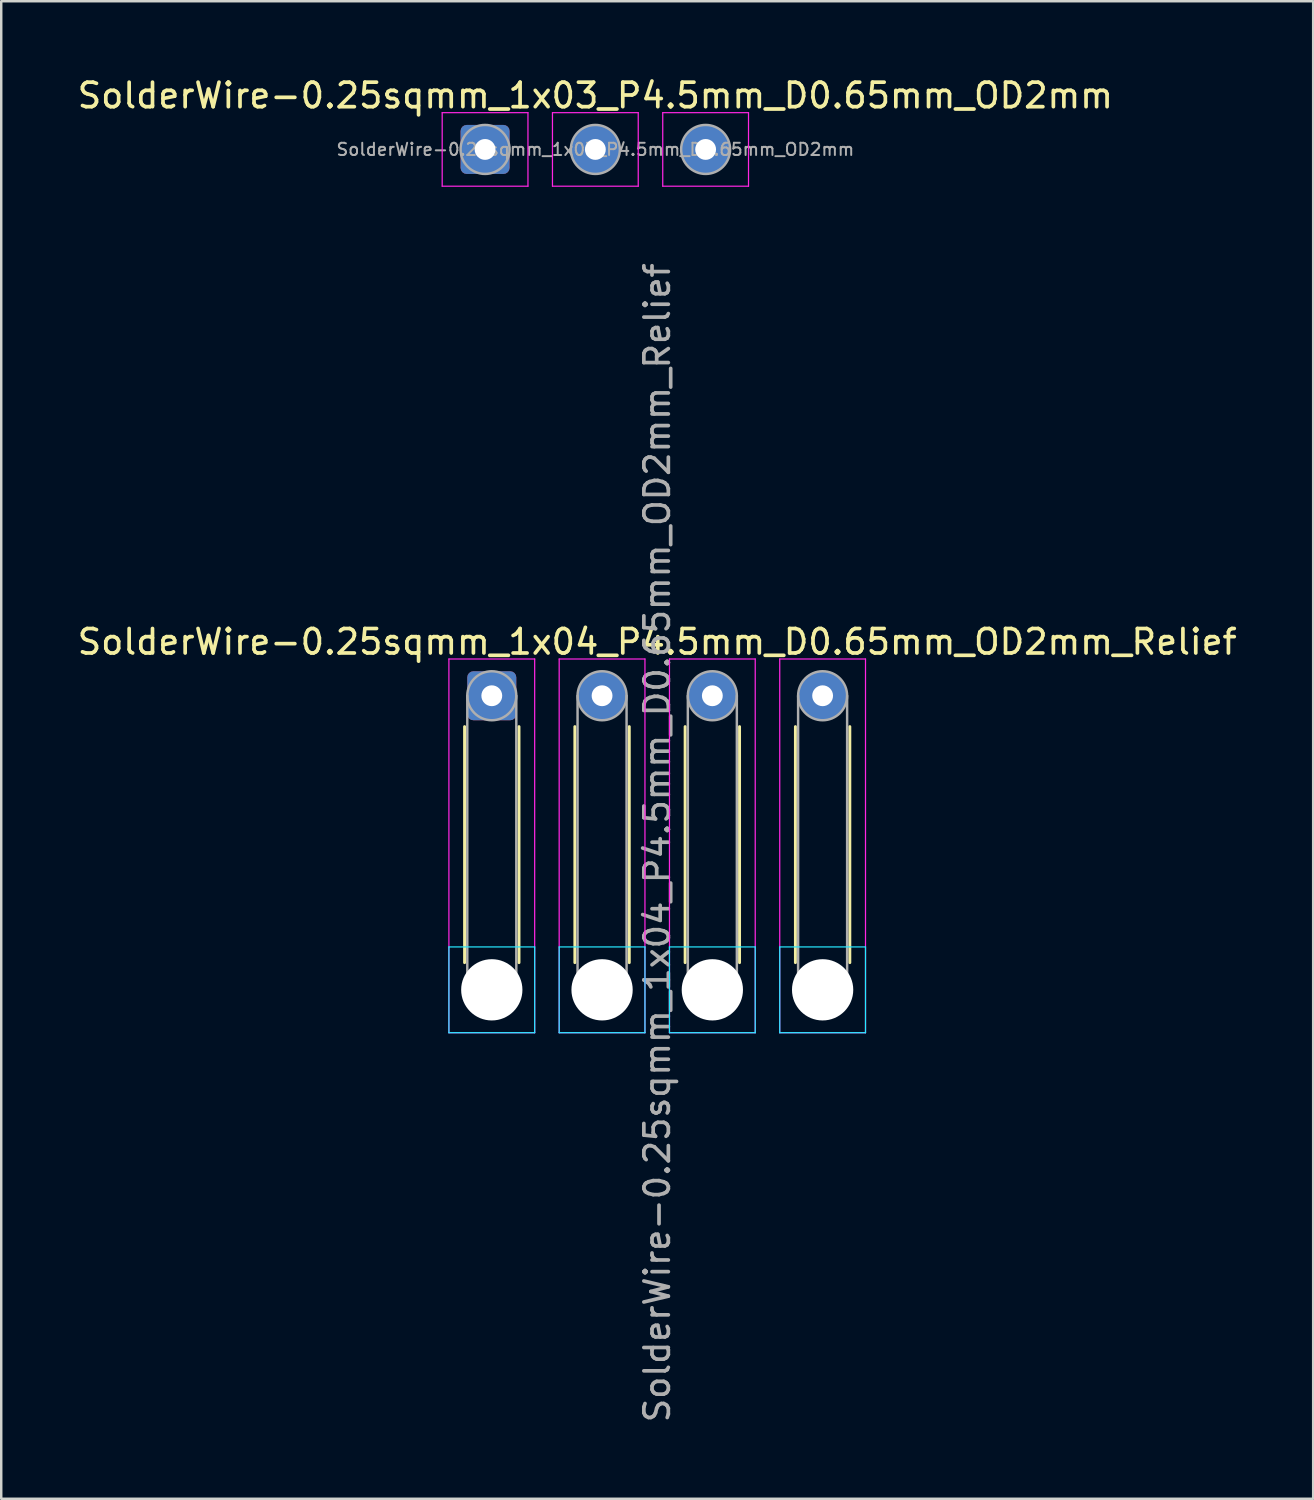
<source format=kicad_pcb>
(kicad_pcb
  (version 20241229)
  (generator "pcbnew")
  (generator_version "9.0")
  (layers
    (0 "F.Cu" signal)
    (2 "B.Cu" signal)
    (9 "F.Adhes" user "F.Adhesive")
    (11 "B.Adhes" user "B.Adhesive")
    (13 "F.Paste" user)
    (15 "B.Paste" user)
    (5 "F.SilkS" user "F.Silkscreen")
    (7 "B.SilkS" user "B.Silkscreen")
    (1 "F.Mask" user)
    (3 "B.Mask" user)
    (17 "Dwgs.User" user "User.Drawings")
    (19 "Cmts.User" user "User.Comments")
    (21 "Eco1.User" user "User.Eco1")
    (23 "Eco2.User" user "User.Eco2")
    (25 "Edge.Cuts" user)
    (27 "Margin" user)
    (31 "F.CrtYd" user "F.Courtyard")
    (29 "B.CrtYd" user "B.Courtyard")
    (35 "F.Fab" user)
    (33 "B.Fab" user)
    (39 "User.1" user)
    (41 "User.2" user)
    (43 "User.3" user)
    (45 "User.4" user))
  (footprint "SolderWire-0.25sqmm_1x03_P4.5mm_D0.65mm_OD2mm"
    (layer "F.Cu")
    (at 16.744 3.048)
    (property "Reference" "SolderWire-0.25sqmm_1x03_P4.5mm_D0.65mm_OD2mm" (at 4.5 -2.2 0) (layer "F.SilkS") (effects (font (size 1 1) (thickness 0.15))))
    (attr exclude_from_pos_files exclude_from_bom)
    (fp_line (start -1.75 -1.5) (end -1.75 1.5) (stroke (width 0.05) (type solid)) (layer "F.CrtYd"))
    (fp_line (start -1.75 1.5) (end 1.75 1.5) (stroke (width 0.05) (type solid)) (layer "F.CrtYd"))
    (fp_line (start 1.75 -1.5) (end -1.75 -1.5) (stroke (width 0.05) (type solid)) (layer "F.CrtYd"))
    (fp_line (start 1.75 1.5) (end 1.75 -1.5) (stroke (width 0.05) (type solid)) (layer "F.CrtYd"))
    (fp_line (start 2.75 -1.5) (end 2.75 1.5) (stroke (width 0.05) (type solid)) (layer "F.CrtYd"))
    (fp_line (start 2.75 1.5) (end 6.25 1.5) (stroke (width 0.05) (type solid)) (layer "F.CrtYd"))
    (fp_line (start 6.25 -1.5) (end 2.75 -1.5) (stroke (width 0.05) (type solid)) (layer "F.CrtYd"))
    (fp_line (start 6.25 1.5) (end 6.25 -1.5) (stroke (width 0.05) (type solid)) (layer "F.CrtYd"))
    (fp_line (start 7.25 -1.5) (end 7.25 1.5) (stroke (width 0.05) (type solid)) (layer "F.CrtYd"))
    (fp_line (start 7.25 1.5) (end 10.75 1.5) (stroke (width 0.05) (type solid)) (layer "F.CrtYd"))
    (fp_line (start 10.75 -1.5) (end 7.25 -1.5) (stroke (width 0.05) (type solid)) (layer "F.CrtYd"))
    (fp_line (start 10.75 1.5) (end 10.75 -1.5) (stroke (width 0.05) (type solid)) (layer "F.CrtYd"))
    (fp_circle (center 0 0) (end 1 0) (stroke (width 0.1) (type solid)) (fill no) (layer "F.Fab"))
    (fp_circle (center 4.5 0) (end 5.5 0) (stroke (width 0.1) (type solid)) (fill no) (layer "F.Fab"))
    (fp_circle (center 9 0) (end 10 0) (stroke (width 0.1) (type solid)) (fill no) (layer "F.Fab"))
    (fp_text user "${REFERENCE}" (at 4.5 0 0) (layer "F.Fab") (effects (font (size 0.5 0.5) (thickness 0.08))))
    (pad "1" thru_hole roundrect (at 0 0) (size 2 2) (drill 0.85) (layers "*.Cu" "*.Mask") (roundrect_rratio 0.125))
    (pad "2" thru_hole circle (at 4.5 0) (size 2 2) (drill 0.85) (layers "*.Cu" "*.Mask"))
    (pad "3" thru_hole circle (at 9 0) (size 2 2) (drill 0.85) (layers "*.Cu" "*.Mask")))
  (footprint "SolderWire-0.25sqmm_1x04_P4.5mm_D0.65mm_OD2mm_Relief"
    (layer "F.Cu")
    (at 17.018 25.341)
    (property "Reference" "SolderWire-0.25sqmm_1x04_P4.5mm_D0.65mm_OD2mm_Relief" (at 6.75 -2.2 0) (layer "F.SilkS") (effects (font (size 1 1) (thickness 0.15))))
    (attr exclude_from_pos_files exclude_from_bom)
    (fp_line (start -1.11 1.26) (end -1.11 10.89) (stroke (width 0.12) (type solid)) (layer "F.SilkS"))
    (fp_line (start 1.11 1.26) (end 1.11 10.89) (stroke (width 0.12) (type solid)) (layer "F.SilkS"))
    (fp_line (start 3.39 1.26) (end 3.39 10.89) (stroke (width 0.12) (type solid)) (layer "F.SilkS"))
    (fp_line (start 5.61 1.26) (end 5.61 10.89) (stroke (width 0.12) (type solid)) (layer "F.SilkS"))
    (fp_line (start 7.89 1.26) (end 7.89 10.89) (stroke (width 0.12) (type solid)) (layer "F.SilkS"))
    (fp_line (start 10.11 1.26) (end 10.11 10.89) (stroke (width 0.12) (type solid)) (layer "F.SilkS"))
    (fp_line (start 12.39 1.26) (end 12.39 10.89) (stroke (width 0.12) (type solid)) (layer "F.SilkS"))
    (fp_line (start 14.61 1.26) (end 14.61 10.89) (stroke (width 0.12) (type solid)) (layer "F.SilkS"))
    (fp_line (start -1.75 10.25) (end -1.75 13.75) (stroke (width 0.05) (type solid)) (layer "B.CrtYd"))
    (fp_line (start -1.75 13.75) (end 1.75 13.75) (stroke (width 0.05) (type solid)) (layer "B.CrtYd"))
    (fp_line (start 1.75 10.25) (end -1.75 10.25) (stroke (width 0.05) (type solid)) (layer "B.CrtYd"))
    (fp_line (start 1.75 13.75) (end 1.75 10.25) (stroke (width 0.05) (type solid)) (layer "B.CrtYd"))
    (fp_line (start 2.75 10.25) (end 2.75 13.75) (stroke (width 0.05) (type solid)) (layer "B.CrtYd"))
    (fp_line (start 2.75 13.75) (end 6.25 13.75) (stroke (width 0.05) (type solid)) (layer "B.CrtYd"))
    (fp_line (start 6.25 10.25) (end 2.75 10.25) (stroke (width 0.05) (type solid)) (layer "B.CrtYd"))
    (fp_line (start 6.25 13.75) (end 6.25 10.25) (stroke (width 0.05) (type solid)) (layer "B.CrtYd"))
    (fp_line (start 7.25 10.25) (end 7.25 13.75) (stroke (width 0.05) (type solid)) (layer "B.CrtYd"))
    (fp_line (start 7.25 13.75) (end 10.75 13.75) (stroke (width 0.05) (type solid)) (layer "B.CrtYd"))
    (fp_line (start 10.75 10.25) (end 7.25 10.25) (stroke (width 0.05) (type solid)) (layer "B.CrtYd"))
    (fp_line (start 10.75 13.75) (end 10.75 10.25) (stroke (width 0.05) (type solid)) (layer "B.CrtYd"))
    (fp_line (start 11.75 10.25) (end 11.75 13.75) (stroke (width 0.05) (type solid)) (layer "B.CrtYd"))
    (fp_line (start 11.75 13.75) (end 15.25 13.75) (stroke (width 0.05) (type solid)) (layer "B.CrtYd"))
    (fp_line (start 15.25 10.25) (end 11.75 10.25) (stroke (width 0.05) (type solid)) (layer "B.CrtYd"))
    (fp_line (start 15.25 13.75) (end 15.25 10.25) (stroke (width 0.05) (type solid)) (layer "B.CrtYd"))
    (fp_line (start -1.75 -1.5) (end -1.75 13.75) (stroke (width 0.05) (type solid)) (layer "F.CrtYd"))
    (fp_line (start -1.75 13.75) (end 1.75 13.75) (stroke (width 0.05) (type solid)) (layer "F.CrtYd"))
    (fp_line (start 1.75 -1.5) (end -1.75 -1.5) (stroke (width 0.05) (type solid)) (layer "F.CrtYd"))
    (fp_line (start 1.75 13.75) (end 1.75 -1.5) (stroke (width 0.05) (type solid)) (layer "F.CrtYd"))
    (fp_line (start 2.75 -1.5) (end 2.75 13.75) (stroke (width 0.05) (type solid)) (layer "F.CrtYd"))
    (fp_line (start 2.75 13.75) (end 6.25 13.75) (stroke (width 0.05) (type solid)) (layer "F.CrtYd"))
    (fp_line (start 6.25 -1.5) (end 2.75 -1.5) (stroke (width 0.05) (type solid)) (layer "F.CrtYd"))
    (fp_line (start 6.25 13.75) (end 6.25 -1.5) (stroke (width 0.05) (type solid)) (layer "F.CrtYd"))
    (fp_line (start 7.25 -1.5) (end 7.25 13.75) (stroke (width 0.05) (type solid)) (layer "F.CrtYd"))
    (fp_line (start 7.25 13.75) (end 10.75 13.75) (stroke (width 0.05) (type solid)) (layer "F.CrtYd"))
    (fp_line (start 10.75 -1.5) (end 7.25 -1.5) (stroke (width 0.05) (type solid)) (layer "F.CrtYd"))
    (fp_line (start 10.75 13.75) (end 10.75 -1.5) (stroke (width 0.05) (type solid)) (layer "F.CrtYd"))
    (fp_line (start 11.75 -1.5) (end 11.75 13.75) (stroke (width 0.05) (type solid)) (layer "F.CrtYd"))
    (fp_line (start 11.75 13.75) (end 15.25 13.75) (stroke (width 0.05) (type solid)) (layer "F.CrtYd"))
    (fp_line (start 15.25 -1.5) (end 11.75 -1.5) (stroke (width 0.05) (type solid)) (layer "F.CrtYd"))
    (fp_line (start 15.25 13.75) (end 15.25 -1.5) (stroke (width 0.05) (type solid)) (layer "F.CrtYd"))
    (fp_line (start -1 0) (end -1 12) (stroke (width 0.1) (type solid)) (layer "F.Fab"))
    (fp_line (start 1 0) (end 1 12) (stroke (width 0.1) (type solid)) (layer "F.Fab"))
    (fp_line (start 3.5 0) (end 3.5 12) (stroke (width 0.1) (type solid)) (layer "F.Fab"))
    (fp_line (start 5.5 0) (end 5.5 12) (stroke (width 0.1) (type solid)) (layer "F.Fab"))
    (fp_line (start 8 0) (end 8 12) (stroke (width 0.1) (type solid)) (layer "F.Fab"))
    (fp_line (start 10 0) (end 10 12) (stroke (width 0.1) (type solid)) (layer "F.Fab"))
    (fp_line (start 12.5 0) (end 12.5 12) (stroke (width 0.1) (type solid)) (layer "F.Fab"))
    (fp_line (start 14.5 0) (end 14.5 12) (stroke (width 0.1) (type solid)) (layer "F.Fab"))
    (fp_circle (center 0 0) (end 1 0) (stroke (width 0.1) (type solid)) (fill no) (layer "F.Fab"))
    (fp_circle (center 0 12) (end 1 12) (stroke (width 0.1) (type solid)) (fill no) (layer "F.Fab"))
    (fp_circle (center 4.5 0) (end 5.5 0) (stroke (width 0.1) (type solid)) (fill no) (layer "F.Fab"))
    (fp_circle (center 4.5 12) (end 5.5 12) (stroke (width 0.1) (type solid)) (fill no) (layer "F.Fab"))
    (fp_circle (center 9 0) (end 10 0) (stroke (width 0.1) (type solid)) (fill no) (layer "F.Fab"))
    (fp_circle (center 9 12) (end 10 12) (stroke (width 0.1) (type solid)) (fill no) (layer "F.Fab"))
    (fp_circle (center 13.5 0) (end 14.5 0) (stroke (width 0.1) (type solid)) (fill no) (layer "F.Fab"))
    (fp_circle (center 13.5 12) (end 14.5 12) (stroke (width 0.1) (type solid)) (fill no) (layer "F.Fab"))
    (fp_text user "${REFERENCE}" (at 6.75 6 90) (layer "F.Fab") (effects (font (size 1 1) (thickness 0.15))))
    (pad "" np_thru_hole circle (at 0 12) (size 2.5 2.5) (drill 2.5) (layers "*.Cu" "*.Mask"))
    (pad "" np_thru_hole circle (at 4.5 12) (size 2.5 2.5) (drill 2.5) (layers "*.Cu" "*.Mask"))
    (pad "" np_thru_hole circle (at 9 12) (size 2.5 2.5) (drill 2.5) (layers "*.Cu" "*.Mask"))
    (pad "" np_thru_hole circle (at 13.5 12) (size 2.5 2.5) (drill 2.5) (layers "*.Cu" "*.Mask"))
    (pad "1" thru_hole roundrect (at 0 0) (size 2 2) (drill 0.85) (layers "*.Cu" "*.Mask") (roundrect_rratio 0.125))
    (pad "2" thru_hole circle (at 4.5 0) (size 2 2) (drill 0.85) (layers "*.Cu" "*.Mask"))
    (pad "3" thru_hole circle (at 9 0) (size 2 2) (drill 0.85) (layers "*.Cu" "*.Mask"))
    (pad "4" thru_hole circle (at 13.5 0) (size 2 2) (drill 0.85) (layers "*.Cu" "*.Mask")))
  (gr_rect
    (start -3 -3)
    (end 50.536 58.109)
    (stroke (width 0.1) (type default))
    (fill no)
    (layer "Edge.Cuts")))
</source>
